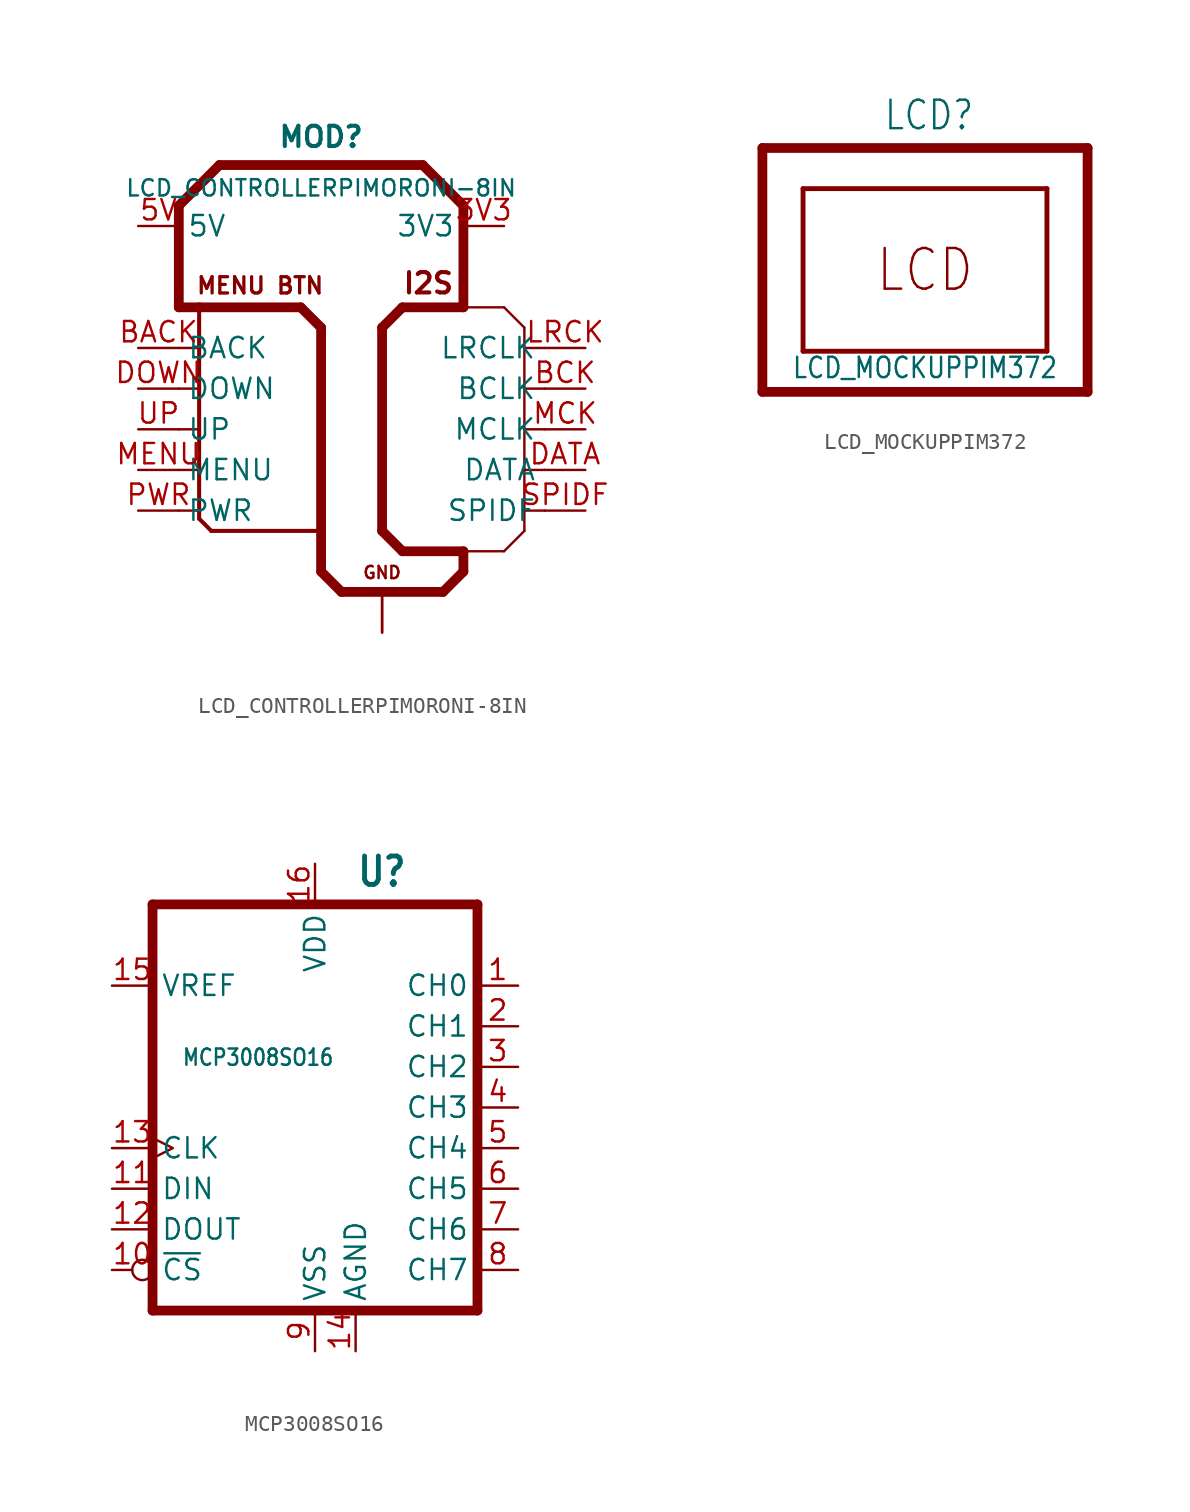
<source format=kicad_sym>
(kicad_symbol_lib
  (version 20211014)
  (generator kicad_symbol_editor)
  (symbol "LCD_CONTROLLERPIMORONI-8IN"
    (property "Reference" "MOD"
      (at -1.27 7.366 0)
      (effects (font (size 1.27 1.27) bold) (justify bottom)))
    (property "Value" "LCD_CONTROLLERPIMORONI-8IN"
      (at -1.27 4.318 0)
      (effects (font (size 1.016 1.016)) (justify bottom)))
    (property "ki_locked" ""
      (at 0 0 0)
      (effects (font (size 1.27 1.27))))
    (symbol "LCD_CONTROLLERPIMORONI-8IN_1_0"
      (polyline (pts (xy -10.16 -15.24) (xy -8.89 -15.24)) (stroke (width 0.152) (type default) (color 0 0 0 0)) (fill (type none)))
      (polyline (pts (xy -10.16 -12.7) (xy -8.89 -12.7)) (stroke (width 0.152) (type default) (color 0 0 0 0)) (fill (type none)))
      (polyline (pts (xy -10.16 -10.16) (xy -8.89 -10.16)) (stroke (width 0.152) (type default) (color 0 0 0 0)) (fill (type none)))
      (polyline (pts (xy -10.16 -7.62) (xy -8.89 -7.62)) (stroke (width 0.152) (type default) (color 0 0 0 0)) (fill (type none)))
      (polyline (pts (xy -10.16 -5.08) (xy -8.89 -5.08)) (stroke (width 0.152) (type default) (color 0 0 0 0)) (fill (type none)))
      (polyline (pts (xy -10.16 -2.54) (xy -10.16 3.81)) (stroke (width 0.61) (type default) (color 0 0 0 0)) (fill (type none)))
      (polyline (pts (xy -10.16 3.81) (xy -7.62 6.35)) (stroke (width 0.61) (type default) (color 0 0 0 0)) (fill (type none)))
      (polyline (pts (xy -8.89 -15.748) (xy -8.128 -16.51)) (stroke (width 0.254) (type default) (color 0 0 0 0)) (fill (type none)))
      (polyline (pts (xy -8.89 -15.24) (xy -8.89 -15.748)) (stroke (width 0.254) (type default) (color 0 0 0 0)) (fill (type none)))
      (polyline (pts (xy -8.89 -15.24) (xy -8.89 -12.7)) (stroke (width 0.254) (type default) (color 0 0 0 0)) (fill (type none)))
      (polyline (pts (xy -8.89 -10.16) (xy -8.89 -12.7)) (stroke (width 0.254) (type default) (color 0 0 0 0)) (fill (type none)))
      (polyline (pts (xy -8.89 -7.62) (xy -8.89 -10.16)) (stroke (width 0.254) (type default) (color 0 0 0 0)) (fill (type none)))
      (polyline (pts (xy -8.89 -5.08) (xy -8.89 -7.62)) (stroke (width 0.254) (type default) (color 0 0 0 0)) (fill (type none)))
      (polyline (pts (xy -8.89 -2.54) (xy -10.16 -2.54)) (stroke (width 0.61) (type default) (color 0 0 0 0)) (fill (type none)))
      (polyline (pts (xy -8.89 -2.54) (xy -8.89 -5.08)) (stroke (width 0.254) (type default) (color 0 0 0 0)) (fill (type none)))
      (polyline (pts (xy -8.128 -16.51) (xy -1.27 -16.51)) (stroke (width 0.254) (type default) (color 0 0 0 0)) (fill (type none)))
      (polyline (pts (xy -7.62 6.35) (xy 5.08 6.35)) (stroke (width 0.61) (type default) (color 0 0 0 0)) (fill (type none)))
      (polyline (pts (xy -2.54 -2.54) (xy -8.89 -2.54)) (stroke (width 0.61) (type default) (color 0 0 0 0)) (fill (type none)))
      (polyline (pts (xy -1.27 -19.05) (xy -1.27 -16.51)) (stroke (width 0.61) (type default) (color 0 0 0 0)) (fill (type none)))
      (polyline (pts (xy -1.27 -16.51) (xy -1.27 -3.81)) (stroke (width 0.61) (type default) (color 0 0 0 0)) (fill (type none)))
      (polyline (pts (xy -1.27 -3.81) (xy -2.54 -2.54)) (stroke (width 0.61) (type default) (color 0 0 0 0)) (fill (type none)))
      (polyline (pts (xy 0 -20.32) (xy -1.27 -19.05)) (stroke (width 0.61) (type default) (color 0 0 0 0)) (fill (type none)))
      (polyline (pts (xy 2.54 -16.51) (xy 2.54 -3.81)) (stroke (width 0.61) (type default) (color 0 0 0 0)) (fill (type none)))
      (polyline (pts (xy 2.54 -3.81) (xy 3.81 -2.54)) (stroke (width 0.61) (type default) (color 0 0 0 0)) (fill (type none)))
      (polyline (pts (xy 3.81 -17.78) (xy 2.54 -16.51)) (stroke (width 0.61) (type default) (color 0 0 0 0)) (fill (type none)))
      (polyline (pts (xy 3.81 -2.54) (xy 7.62 -2.54)) (stroke (width 0.61) (type default) (color 0 0 0 0)) (fill (type none)))
      (polyline (pts (xy 5.08 6.35) (xy 7.62 3.81)) (stroke (width 0.61) (type default) (color 0 0 0 0)) (fill (type none)))
      (polyline (pts (xy 6.35 -20.32) (xy 0 -20.32)) (stroke (width 0.61) (type default) (color 0 0 0 0)) (fill (type none)))
      (polyline (pts (xy 7.62 -19.05) (xy 6.35 -20.32)) (stroke (width 0.61) (type default) (color 0 0 0 0)) (fill (type none)))
      (polyline (pts (xy 7.62 -17.78) (xy 3.81 -17.78)) (stroke (width 0.61) (type default) (color 0 0 0 0)) (fill (type none)))
      (polyline (pts (xy 7.62 -17.78) (xy 7.62 -19.05)) (stroke (width 0.61) (type default) (color 0 0 0 0)) (fill (type none)))
      (polyline (pts (xy 7.62 -2.54) (xy 10.16 -2.54)) (stroke (width 0.152) (type default) (color 0 0 0 0)) (fill (type none)))
      (polyline (pts (xy 7.62 3.81) (xy 7.62 -2.54)) (stroke (width 0.61) (type default) (color 0 0 0 0)) (fill (type none)))
      (polyline (pts (xy 10.16 -17.78) (xy 7.62 -17.78)) (stroke (width 0.152) (type default) (color 0 0 0 0)) (fill (type none)))
      (polyline (pts (xy 10.16 -2.54) (xy 11.43 -3.81)) (stroke (width 0.152) (type default) (color 0 0 0 0)) (fill (type none)))
      (polyline (pts (xy 11.43 -16.51) (xy 10.16 -17.78)) (stroke (width 0.152) (type default) (color 0 0 0 0)) (fill (type none)))
      (polyline (pts (xy 11.43 -15.24) (xy 11.43 -16.51)) (stroke (width 0.152) (type default) (color 0 0 0 0)) (fill (type none)))
      (polyline (pts (xy 11.43 -12.7) (xy 11.43 -15.24)) (stroke (width 0.152) (type default) (color 0 0 0 0)) (fill (type none)))
      (polyline (pts (xy 11.43 -10.16) (xy 11.43 -12.7)) (stroke (width 0.152) (type default) (color 0 0 0 0)) (fill (type none)))
      (polyline (pts (xy 11.43 -7.62) (xy 11.43 -10.16)) (stroke (width 0.152) (type default) (color 0 0 0 0)) (fill (type none)))
      (polyline (pts (xy 11.43 -5.08) (xy 11.43 -7.62)) (stroke (width 0.152) (type default) (color 0 0 0 0)) (fill (type none)))
      (polyline (pts (xy 11.43 -3.81) (xy 11.43 -5.08)) (stroke (width 0.152) (type default) (color 0 0 0 0)) (fill (type none)))
      (polyline (pts (xy 12.7 -15.24) (xy 11.43 -15.24)) (stroke (width 0.152) (type default) (color 0 0 0 0)) (fill (type none)))
      (polyline (pts (xy 12.7 -12.7) (xy 11.43 -12.7)) (stroke (width 0.152) (type default) (color 0 0 0 0)) (fill (type none)))
      (polyline (pts (xy 12.7 -10.16) (xy 11.43 -10.16)) (stroke (width 0.152) (type default) (color 0 0 0 0)) (fill (type none)))
      (polyline (pts (xy 12.7 -7.62) (xy 11.43 -7.62)) (stroke (width 0.152) (type default) (color 0 0 0 0)) (fill (type none)))
      (polyline (pts (xy 12.7 -5.08) (xy 11.43 -5.08)) (stroke (width 0.152) (type default) (color 0 0 0 0)) (fill (type none)))
      (text "GND" (at 2.54 -19.558 0) (effects (font (size 0.762 0.762) (thickness 0.152) bold) (justify bottom)))
      (text "I2S" (at 7.112 -1.778 0) (effects (font (size 1.27 1.27) (thickness 0.254) bold) (justify right bottom)))
      (text "MENU BTN" (at -5.08 -1.778 0) (effects (font (size 1.016 1.016) (thickness 0.203) bold) (justify bottom)))
      (pin output line (at 10.16 2.54 180) (length 2.54) (name "3V3" (effects (font (size 1.27 1.27)))) (number "3V3" (effects (font (size 1.27 1.27)))))
      (pin power_in line (at -12.7 2.54 0) (length 2.54) (name "5V" (effects (font (size 1.27 1.27)))) (number "5V" (effects (font (size 1.27 1.27)))))
      (pin input line (at -12.7 -5.08 0) (length 2.54) (name "BACK" (effects (font (size 1.27 1.27)))) (number "BACK" (effects (font (size 1.27 1.27)))))
      (pin output line (at 15.24 -7.62 180) (length 2.54) (name "BCLK" (effects (font (size 1.27 1.27)))) (number "BCK" (effects (font (size 1.27 1.27)))))
      (pin output line (at 15.24 -12.7 180) (length 2.54) (name "DATA" (effects (font (size 1.27 1.27)))) (number "DATA" (effects (font (size 1.27 1.27)))))
      (pin input line (at -12.7 -7.62 0) (length 2.54) (name "DOWN" (effects (font (size 1.27 1.27)))) (number "DOWN" (effects (font (size 1.27 1.27)))))
      (pin bidirectional line (at 2.54 -22.86 90) (length 2.54) (name "GND" (effects (font (size 0 0)))) (number "GND@I2S" (effects (font (size 0 0)))))
      (pin bidirectional line (at 2.54 -22.86 90) (length 2.54) (name "GND" (effects (font (size 0 0)))) (number "GND@MENU" (effects (font (size 0 0)))))
      (pin output line (at 15.24 -5.08 180) (length 2.54) (name "LRCLK" (effects (font (size 1.27 1.27)))) (number "LRCK" (effects (font (size 1.27 1.27)))))
      (pin output line (at 15.24 -10.16 180) (length 2.54) (name "MCLK" (effects (font (size 1.27 1.27)))) (number "MCK" (effects (font (size 1.27 1.27)))))
      (pin input line (at -12.7 -12.7 0) (length 2.54) (name "MENU" (effects (font (size 1.27 1.27)))) (number "MENU" (effects (font (size 1.27 1.27)))))
      (pin input line (at -12.7 -15.24 0) (length 2.54) (name "PWR" (effects (font (size 1.27 1.27)))) (number "PWR" (effects (font (size 1.27 1.27)))))
      (pin output line (at 15.24 -15.24 180) (length 2.54) (name "SPIDF" (effects (font (size 1.27 1.27)))) (number "SPIDF" (effects (font (size 1.27 1.27)))))
      (pin input line (at -12.7 -10.16 0) (length 2.54) (name "UP" (effects (font (size 1.27 1.27)))) (number "UP" (effects (font (size 1.27 1.27)))))))
  (symbol "LCD_MOCKUPPIM372"
    (property "Reference" "LCD"
      (at 0.254 8.636 0)
      (effects (font (size 1.778 1.511)) (justify bottom)))
    (property "Value" "LCD_MOCKUPPIM372"
      (at 0 -6.858 0)
      (effects (font (size 1.27 1.079)) (justify bottom)))
    (property "ki_locked" ""
      (at 0 0 0)
      (effects (font (size 1.27 1.27))))
    (symbol "LCD_MOCKUPPIM372_1_0"
      (polyline (pts (xy -10.16 -7.62) (xy -10.16 7.62)) (stroke (width 0.61) (type default) (color 0 0 0 0)) (fill (type none)))
      (polyline (pts (xy -10.16 7.62) (xy 10.16 7.62)) (stroke (width 0.61) (type default) (color 0 0 0 0)) (fill (type none)))
      (polyline (pts (xy -7.62 -5.08) (xy -7.62 5.08)) (stroke (width 0.305) (type default) (color 0 0 0 0)) (fill (type none)))
      (polyline (pts (xy -7.62 5.08) (xy 7.62 5.08)) (stroke (width 0.305) (type default) (color 0 0 0 0)) (fill (type none)))
      (polyline (pts (xy 7.62 -5.08) (xy -7.62 -5.08)) (stroke (width 0.305) (type default) (color 0 0 0 0)) (fill (type none)))
      (polyline (pts (xy 7.62 5.08) (xy 7.62 -5.08)) (stroke (width 0.305) (type default) (color 0 0 0 0)) (fill (type none)))
      (polyline (pts (xy 10.16 -7.62) (xy -10.16 -7.62)) (stroke (width 0.61) (type default) (color 0 0 0 0)) (fill (type none)))
      (polyline (pts (xy 10.16 7.62) (xy 10.16 -7.62)) (stroke (width 0.61) (type default) (color 0 0 0 0)) (fill (type none)))
      (text "LCD" (at 0 0 0) (effects (font (size 2.54 2.159))))))
  (symbol "MCP3008SO16"
    (property "Reference" "U"
      (at 2.54 13.716 0)
      (effects (font (size 1.778 1.511) bold) (justify left bottom)))
    (property "Value" "MCP3008SO16"
      (at -3.556 2.54 0)
      (effects (font (size 1.016 0.864)) (justify bottom)))
    (property "ki_locked" ""
      (at 0 0 0)
      (effects (font (size 1.27 1.27))))
    (symbol "MCP3008SO16_1_0"
      (polyline (pts (xy -10.16 -12.7) (xy -10.16 12.7)) (stroke (width 0.61) (type default) (color 0 0 0 0)) (fill (type none)))
      (polyline (pts (xy -10.16 12.7) (xy 10.16 12.7)) (stroke (width 0.61) (type default) (color 0 0 0 0)) (fill (type none)))
      (polyline (pts (xy 10.16 -12.7) (xy -10.16 -12.7)) (stroke (width 0.61) (type default) (color 0 0 0 0)) (fill (type none)))
      (polyline (pts (xy 10.16 12.7) (xy 10.16 -12.7)) (stroke (width 0.61) (type default) (color 0 0 0 0)) (fill (type none)))
      (pin input line (at 12.7 7.62 180) (length 2.54) (name "CH0" (effects (font (size 1.27 1.27)))) (number "1" (effects (font (size 1.27 1.27)))))
      (pin input inverted (at -12.7 -10.16 0) (length 2.54) (name "~{CS}" (effects (font (size 1.27 1.27)))) (number "10" (effects (font (size 1.27 1.27)))))
      (pin input line (at -12.7 -5.08 0) (length 2.54) (name "DIN" (effects (font (size 1.27 1.27)))) (number "11" (effects (font (size 1.27 1.27)))))
      (pin output line (at -12.7 -7.62 0) (length 2.54) (name "DOUT" (effects (font (size 1.27 1.27)))) (number "12" (effects (font (size 1.27 1.27)))))
      (pin bidirectional clock (at -12.7 -2.54 0) (length 2.54) (name "CLK" (effects (font (size 1.27 1.27)))) (number "13" (effects (font (size 1.27 1.27)))))
      (pin bidirectional line (at 2.54 -15.24 90) (length 2.54) (name "AGND" (effects (font (size 1.27 1.27)))) (number "14" (effects (font (size 1.27 1.27)))))
      (pin input line (at -12.7 7.62 0) (length 2.54) (name "VREF" (effects (font (size 1.27 1.27)))) (number "15" (effects (font (size 1.27 1.27)))))
      (pin bidirectional line (at 0 15.24 270) (length 2.54) (name "VDD" (effects (font (size 1.27 1.27)))) (number "16" (effects (font (size 1.27 1.27)))))
      (pin input line (at 12.7 5.08 180) (length 2.54) (name "CH1" (effects (font (size 1.27 1.27)))) (number "2" (effects (font (size 1.27 1.27)))))
      (pin input line (at 12.7 2.54 180) (length 2.54) (name "CH2" (effects (font (size 1.27 1.27)))) (number "3" (effects (font (size 1.27 1.27)))))
      (pin input line (at 12.7 0 180) (length 2.54) (name "CH3" (effects (font (size 1.27 1.27)))) (number "4" (effects (font (size 1.27 1.27)))))
      (pin input line (at 12.7 -2.54 180) (length 2.54) (name "CH4" (effects (font (size 1.27 1.27)))) (number "5" (effects (font (size 1.27 1.27)))))
      (pin input line (at 12.7 -5.08 180) (length 2.54) (name "CH5" (effects (font (size 1.27 1.27)))) (number "6" (effects (font (size 1.27 1.27)))))
      (pin input line (at 12.7 -7.62 180) (length 2.54) (name "CH6" (effects (font (size 1.27 1.27)))) (number "7" (effects (font (size 1.27 1.27)))))
      (pin input line (at 12.7 -10.16 180) (length 2.54) (name "CH7" (effects (font (size 1.27 1.27)))) (number "8" (effects (font (size 1.27 1.27)))))
      (pin bidirectional line (at 0 -15.24 90) (length 2.54) (name "VSS" (effects (font (size 1.27 1.27)))) (number "9" (effects (font (size 1.27 1.27))))))))
</source>
